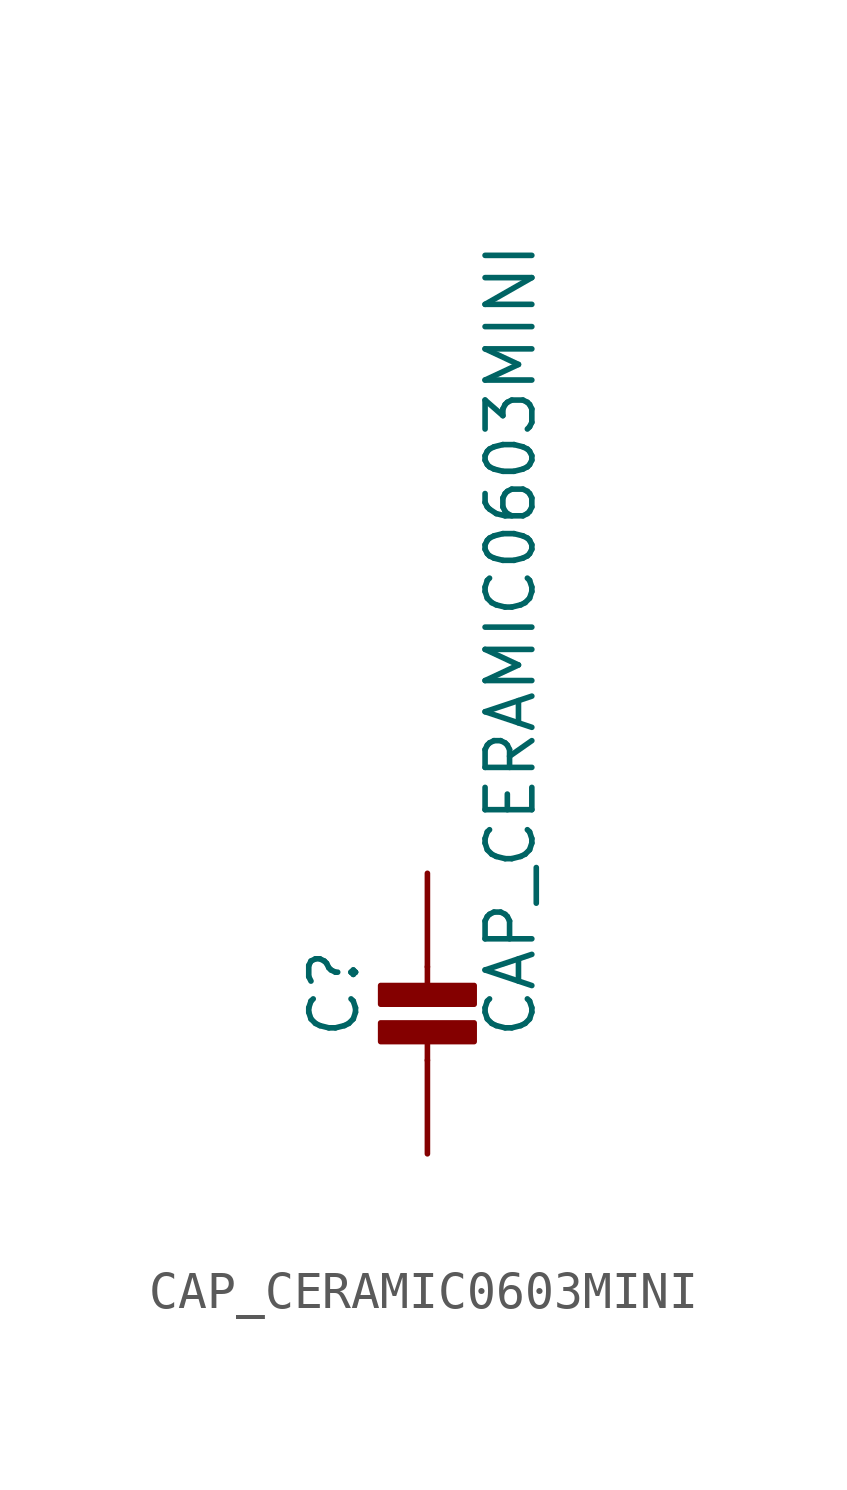
<source format=kicad_sym>
(kicad_symbol_lib
  (version 20211014)
  (generator kicad_symbol_editor)
  (symbol "CAP_CERAMIC0603MINI"
    (property "Reference" "C"
      (at -1.79 0.54 90)
      (effects (font (size 1.27 1.27)) (justify left bottom)))
    (property "Value" "CAP_CERAMIC0603MINI"
      (at 3 0.54 90)
      (effects (font (size 1.27 1.27)) (justify left bottom)))
    (property "ki_locked" ""
      (at 0 0 0)
      (effects (font (size 1.27 1.27))))
    (symbol "CAP_CERAMIC0603MINI_1_0"
      (rectangle (start -1.27 0.508) (end 1.27 1.016) (stroke (width 0) (type default) (color 0 0 0 0)) (fill (type outline)))
      (rectangle (start -1.27 1.524) (end 1.27 2.032) (stroke (width 0) (type default) (color 0 0 0 0)) (fill (type outline)))
      (polyline (pts (xy 0 0.762) (xy 0 0)) (stroke (width 0.152) (type default) (color 0 0 0 0)) (fill (type none)))
      (polyline (pts (xy 0 2.54) (xy 0 1.778)) (stroke (width 0.152) (type default) (color 0 0 0 0)) (fill (type none)))
      (pin passive line (at 0 5.08 270) (length 2.54) (name "1" (effects (font (size 0 0)))) (number "1" (effects (font (size 0 0)))))
      (pin passive line (at 0 -2.54 90) (length 2.54) (name "2" (effects (font (size 0 0)))) (number "2" (effects (font (size 0 0))))))))
</source>
